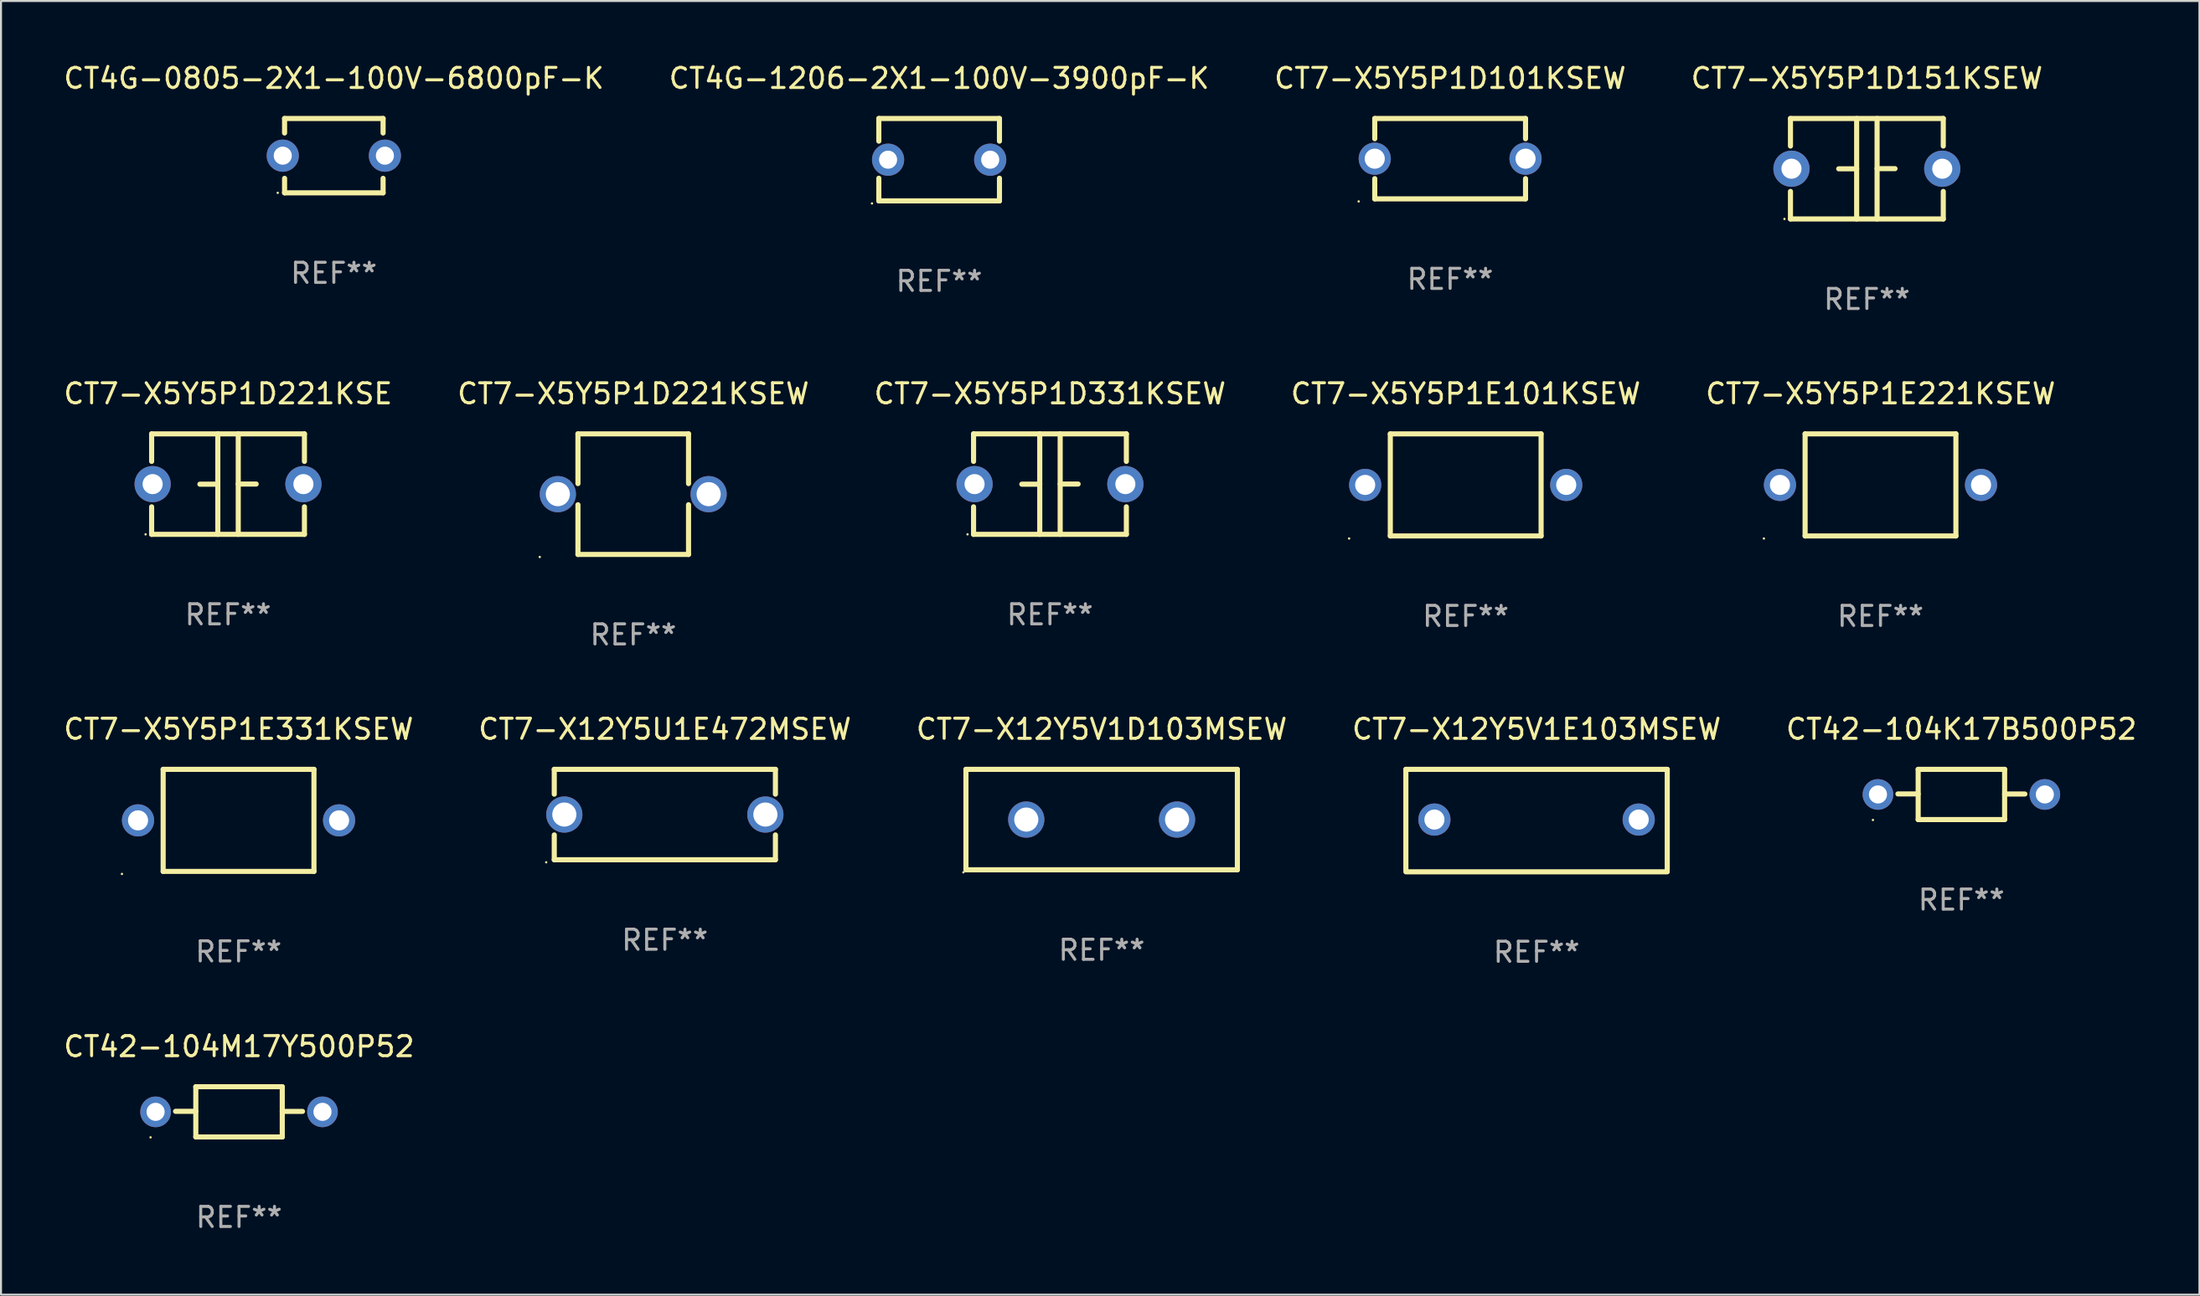
<source format=kicad_pcb>
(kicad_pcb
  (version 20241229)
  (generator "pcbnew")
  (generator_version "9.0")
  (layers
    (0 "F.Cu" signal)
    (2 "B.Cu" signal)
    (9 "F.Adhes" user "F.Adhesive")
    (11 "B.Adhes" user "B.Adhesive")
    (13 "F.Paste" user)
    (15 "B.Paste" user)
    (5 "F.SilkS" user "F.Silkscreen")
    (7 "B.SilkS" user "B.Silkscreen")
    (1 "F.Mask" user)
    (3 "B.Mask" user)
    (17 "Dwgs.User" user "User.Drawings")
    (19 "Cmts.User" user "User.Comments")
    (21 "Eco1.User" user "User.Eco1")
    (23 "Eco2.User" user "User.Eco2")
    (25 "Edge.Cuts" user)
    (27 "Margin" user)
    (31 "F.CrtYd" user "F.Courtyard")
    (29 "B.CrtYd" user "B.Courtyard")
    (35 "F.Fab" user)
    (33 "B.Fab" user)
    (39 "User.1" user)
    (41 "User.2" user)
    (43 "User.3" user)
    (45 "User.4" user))
  (footprint "CT4G-1206-2X1-100V-3900pF-K"
    (layer "F.Cu")
    (at 43.661 4.898)
    (property "Reference" "CT4G-1206-2X1-100V-3900pF-K" (at 0 -4.05 0) (layer "F.SilkS") (effects (font (size 1 1) (thickness 0.15))))
    (attr through_hole)
    (fp_line (start -3 -2.05) (end -3 -0.923) (stroke (width 0.254) (type solid)) (layer "F.SilkS"))
    (fp_line (start -3 -2.05) (end 3 -2.05) (stroke (width 0.254) (type solid)) (layer "F.SilkS"))
    (fp_line (start -3 0.923) (end -3 2.05) (stroke (width 0.254) (type solid)) (layer "F.SilkS"))
    (fp_line (start -3 2.05) (end 3 2.05) (stroke (width 0.254) (type solid)) (layer "F.SilkS"))
    (fp_line (start 3 -2.05) (end 3 -0.923) (stroke (width 0.254) (type solid)) (layer "F.SilkS"))
    (fp_line (start 3 0.923) (end 3 2.05) (stroke (width 0.254) (type solid)) (layer "F.SilkS"))
    (fp_circle (center -3.34 2.177) (end -3.31 2.177) (stroke (width 0.06) (type solid)) (fill no) (layer "F.SilkS"))
    (fp_text user "REF**" (at 0 6.05 0) (layer "F.Fab") (effects (font (size 1 1) (thickness 0.15))))
    (pad "1" thru_hole circle (at -2.54 0) (size 1.6 1.6) (drill 0.9) (layers "*.Cu" "*.Mask"))
    (pad "2" thru_hole circle (at 2.54 0) (size 1.6 1.6) (drill 0.9) (layers "*.Cu" "*.Mask")))
  (footprint "CT7-X5Y5P1E101KSEW"
    (layer "F.Cu")
    (at 69.851 21.085)
    (property "Reference" "CT7-X5Y5P1E101KSEW" (at 0 -4.54 0) (layer "F.SilkS") (effects (font (size 1 1) (thickness 0.15))))
    (attr through_hole)
    (fp_line (start -3.75 -2.54) (end 3.75 -2.54) (stroke (width 0.254) (type solid)) (layer "F.SilkS"))
    (fp_line (start -3.75 2.54) (end -3.75 -2.54) (stroke (width 0.254) (type solid)) (layer "F.SilkS"))
    (fp_line (start 3.75 -2.54) (end 3.75 2.54) (stroke (width 0.254) (type solid)) (layer "F.SilkS"))
    (fp_line (start 3.75 2.54) (end -3.75 2.54) (stroke (width 0.254) (type solid)) (layer "F.SilkS"))
    (fp_circle (center -5.8 2.667) (end -5.77 2.667) (stroke (width 0.06) (type solid)) (fill no) (layer "F.SilkS"))
    (fp_text user "REF**" (at 0 6.54 0) (layer "F.Fab") (effects (font (size 1 1) (thickness 0.15))))
    (pad "1" thru_hole circle (at -5 0) (size 1.6 1.6) (drill 1) (layers "*.Cu" "*.Mask"))
    (pad "2" thru_hole circle (at 5 0) (size 1.6 1.6) (drill 1) (layers "*.Cu" "*.Mask")))
  (footprint "CT4G-0805-2X1-100V-6800pF-K"
    (layer "F.Cu")
    (at 13.554 4.698)
    (property "Reference" "CT4G-0805-2X1-100V-6800pF-K" (at 0 -3.85 0) (layer "F.SilkS") (effects (font (size 1 1) (thickness 0.15))))
    (attr through_hole)
    (fp_line (start -2.45 -1.85) (end 2.45 -1.85) (stroke (width 0.254) (type solid)) (layer "F.SilkS"))
    (fp_line (start -2.45 -1.128) (end -2.45 -1.85) (stroke (width 0.254) (type solid)) (layer "F.SilkS"))
    (fp_line (start -2.45 1.85) (end -2.45 1.128) (stroke (width 0.254) (type solid)) (layer "F.SilkS"))
    (fp_line (start 2.45 -1.85) (end 2.45 -1.128) (stroke (width 0.254) (type solid)) (layer "F.SilkS"))
    (fp_line (start 2.45 1.128) (end 2.45 1.85) (stroke (width 0.254) (type solid)) (layer "F.SilkS"))
    (fp_line (start 2.45 1.85) (end -2.45 1.85) (stroke (width 0.254) (type solid)) (layer "F.SilkS"))
    (fp_circle (center -2.79 1.85) (end -2.76 1.85) (stroke (width 0.06) (type solid)) (fill no) (layer "F.SilkS"))
    (fp_text user "REF**" (at 0 5.85 0) (layer "F.Fab") (effects (font (size 1 1) (thickness 0.15))))
    (pad "1" thru_hole circle (at -2.54 0) (size 1.6 1.6) (drill 0.9) (layers "*.Cu" "*.Mask"))
    (pad "2" thru_hole circle (at 2.54 0) (size 1.6 1.6) (drill 0.9) (layers "*.Cu" "*.Mask")))
  (footprint "CT7-X5Y5P1D331KSEW"
    (layer "F.Cu")
    (at 49.173 21.045)
    (property "Reference" "CT7-X5Y5P1D331KSEW" (at 0 -4.5 0) (layer "F.SilkS") (effects (font (size 1 1) (thickness 0.15))))
    (attr through_hole)
    (fp_line (start -3.8 -2.5) (end -3.8 -1.13) (stroke (width 0.254) (type solid)) (layer "F.SilkS"))
    (fp_line (start -3.8 -2.5) (end 3.8 -2.5) (stroke (width 0.254) (type solid)) (layer "F.SilkS"))
    (fp_line (start -3.8 1.13) (end -3.8 2.5) (stroke (width 0.254) (type solid)) (layer "F.SilkS"))
    (fp_line (start -3.8 2.5) (end 3.8 2.5) (stroke (width 0.254) (type solid)) (layer "F.SilkS"))
    (fp_line (start -0.508 0.004) (end -1.4 0.004) (stroke (width 0.254) (type solid)) (layer "F.SilkS"))
    (fp_line (start -0.508 2.5) (end -0.508 -2.5) (stroke (width 0.254) (type solid)) (layer "F.SilkS"))
    (fp_line (start 0.508 -2.5) (end 0.508 2.5) (stroke (width 0.254) (type solid)) (layer "F.SilkS"))
    (fp_line (start 0.508 -0.004) (end 1.4 -0.004) (stroke (width 0.254) (type solid)) (layer "F.SilkS"))
    (fp_line (start 3.8 -2.5) (end 3.8 -1.13) (stroke (width 0.254) (type solid)) (layer "F.SilkS"))
    (fp_line (start 3.8 1.13) (end 3.8 2.5) (stroke (width 0.254) (type solid)) (layer "F.SilkS"))
    (fp_circle (center -4.1 2.5) (end -4.07 2.5) (stroke (width 0.06) (type solid)) (fill no) (layer "F.SilkS"))
    (fp_text user "REF**" (at 0 6.5 0) (layer "F.Fab") (effects (font (size 1 1) (thickness 0.15))))
    (pad "1" thru_hole circle (at -3.75 0) (size 1.8 1.8) (drill 1) (layers "*.Cu" "*.Mask"))
    (pad "2" thru_hole circle (at 3.75 0) (size 1.8 1.8) (drill 1) (layers "*.Cu" "*.Mask")))
  (footprint "CT42-104K17B500P52"
    (layer "F.Cu")
    (at 94.506 36.491)
    (property "Reference" "CT42-104K17B500P52" (at 0 -3.25 0) (layer "F.SilkS") (effects (font (size 1 1) (thickness 0.15))))
    (attr through_hole)
    (fp_line (start -2.15 -1.25) (end 2.15 -1.25) (stroke (width 0.254) (type solid)) (layer "F.SilkS"))
    (fp_line (start -2.15 -0.026) (end -3.157 -0.026) (stroke (width 0.254) (type solid)) (layer "F.SilkS"))
    (fp_line (start -2.15 1.25) (end -2.15 -1.25) (stroke (width 0.254) (type solid)) (layer "F.SilkS"))
    (fp_line (start 2.15 -1.25) (end 2.15 1.25) (stroke (width 0.254) (type solid)) (layer "F.SilkS"))
    (fp_line (start 2.15 -0.022) (end 3.157 -0.022) (stroke (width 0.254) (type solid)) (layer "F.SilkS"))
    (fp_line (start 2.15 1.25) (end -2.15 1.25) (stroke (width 0.254) (type solid)) (layer "F.SilkS"))
    (fp_circle (center -4.4 1.27) (end -4.37 1.27) (stroke (width 0.06) (type solid)) (fill no) (layer "F.SilkS"))
    (fp_text user "REF**" (at 0 5.25 0) (layer "F.Fab") (effects (font (size 1 1) (thickness 0.15))))
    (pad "1" thru_hole circle (at -4.15 0) (size 1.524 1.524) (drill 0.9) (layers "*.Cu" "*.Mask"))
    (pad "2" thru_hole circle (at 4.15 0) (size 1.524 1.524) (drill 0.9) (layers "*.Cu" "*.Mask")))
  (footprint "CT7-X12Y5U1E472MSEW"
    (layer "F.Cu")
    (at 30.018 37.491)
    (property "Reference" "CT7-X12Y5U1E472MSEW" (at 0 -4.25 0) (layer "F.SilkS") (effects (font (size 1 1) (thickness 0.15))))
    (attr through_hole)
    (fp_line (start -5.5 -2.25) (end -5.5 -1.014) (stroke (width 0.254) (type solid)) (layer "F.SilkS"))
    (fp_line (start -5.5 -2.25) (end 5.5 -2.25) (stroke (width 0.254) (type solid)) (layer "F.SilkS"))
    (fp_line (start -5.5 1.014) (end -5.5 2.25) (stroke (width 0.254) (type solid)) (layer "F.SilkS"))
    (fp_line (start 5.5 -2.25) (end 5.5 -1.014) (stroke (width 0.254) (type solid)) (layer "F.SilkS"))
    (fp_line (start 5.5 1.014) (end 5.5 2.25) (stroke (width 0.254) (type solid)) (layer "F.SilkS"))
    (fp_line (start 5.5 2.25) (end -5.5 2.25) (stroke (width 0.254) (type solid)) (layer "F.SilkS"))
    (fp_circle (center -5.9 2.377) (end -5.87 2.377) (stroke (width 0.06) (type solid)) (fill no) (layer "F.SilkS"))
    (fp_text user "REF**" (at 0 6.25 0) (layer "F.Fab") (effects (font (size 1 1) (thickness 0.15))))
    (pad "1" thru_hole circle (at -5 0) (size 1.8 1.8) (drill 1.2) (layers "*.Cu" "*.Mask"))
    (pad "2" thru_hole circle (at 5 0) (size 1.8 1.8) (drill 1.2) (layers "*.Cu" "*.Mask")))
  (footprint "CT42-104M17Y500P52"
    (layer "F.Cu")
    (at 8.839 52.288)
    (property "Reference" "CT42-104M17Y500P52" (at 0 -3.25 0) (layer "F.SilkS") (effects (font (size 1 1) (thickness 0.15))))
    (attr through_hole)
    (fp_line (start -2.15 -1.25) (end 2.15 -1.25) (stroke (width 0.254) (type solid)) (layer "F.SilkS"))
    (fp_line (start -2.15 -0.026) (end -3.157 -0.026) (stroke (width 0.254) (type solid)) (layer "F.SilkS"))
    (fp_line (start -2.15 1.25) (end -2.15 -1.25) (stroke (width 0.254) (type solid)) (layer "F.SilkS"))
    (fp_line (start 2.15 -1.25) (end 2.15 1.25) (stroke (width 0.254) (type solid)) (layer "F.SilkS"))
    (fp_line (start 2.15 -0.022) (end 3.157 -0.022) (stroke (width 0.254) (type solid)) (layer "F.SilkS"))
    (fp_line (start 2.15 1.25) (end -2.15 1.25) (stroke (width 0.254) (type solid)) (layer "F.SilkS"))
    (fp_circle (center -4.4 1.27) (end -4.37 1.27) (stroke (width 0.06) (type solid)) (fill no) (layer "F.SilkS"))
    (fp_text user "REF**" (at 0 5.25 0) (layer "F.Fab") (effects (font (size 1 1) (thickness 0.15))))
    (pad "1" thru_hole circle (at -4.15 0) (size 1.524 1.524) (drill 0.9) (layers "*.Cu" "*.Mask"))
    (pad "2" thru_hole circle (at 4.15 0) (size 1.524 1.524) (drill 0.9) (layers "*.Cu" "*.Mask")))
  (footprint "CT7-X12Y5V1E103MSEW"
    (layer "F.Cu")
    (at 73.375 37.791)
    (property "Reference" "CT7-X12Y5V1E103MSEW" (at 0 -4.55 0) (layer "F.SilkS") (effects (font (size 1 1) (thickness 0.15))))
    (attr through_hole)
    (fp_line (start -6.5 -2.55) (end 6.5 -2.55) (stroke (width 0.254) (type solid)) (layer "F.SilkS"))
    (fp_line (start -6.5 2.45) (end -6.5 -2.55) (stroke (width 0.254) (type solid)) (layer "F.SilkS"))
    (fp_line (start 6.5 -2.55) (end 6.5 2.45) (stroke (width 0.254) (type solid)) (layer "F.SilkS"))
    (fp_line (start 6.5 2.55) (end -6.5 2.55) (stroke (width 0.254) (type solid)) (layer "F.SilkS"))
    (fp_circle (center -6.5 2.45) (end -6.47 2.45) (stroke (width 0.06) (type solid)) (fill no) (layer "F.SilkS"))
    (fp_text user "REF**" (at 0 6.55 0) (layer "F.Fab") (effects (font (size 1 1) (thickness 0.15))))
    (pad "1" thru_hole circle (at -5.08 -0.05) (size 1.6 1.6) (drill 1) (layers "*.Cu" "*.Mask"))
    (pad "2" thru_hole circle (at 5.08 -0.05) (size 1.6 1.6) (drill 1) (layers "*.Cu" "*.Mask")))
  (footprint "CT7-X5Y5P1D101KSEW"
    (layer "F.Cu")
    (at 69.077 4.848)
    (property "Reference" "CT7-X5Y5P1D101KSEW" (at 0 -4 0) (layer "F.SilkS") (effects (font (size 1 1) (thickness 0.15))))
    (attr through_hole)
    (fp_line (start -3.75 -2) (end 3.75 -2) (stroke (width 0.254) (type solid)) (layer "F.SilkS"))
    (fp_line (start -3.75 -0.993) (end -3.75 -2) (stroke (width 0.254) (type solid)) (layer "F.SilkS"))
    (fp_line (start -3.75 2) (end -3.75 0.993) (stroke (width 0.254) (type solid)) (layer "F.SilkS"))
    (fp_line (start 3.75 -2) (end 3.75 -0.993) (stroke (width 0.254) (type solid)) (layer "F.SilkS"))
    (fp_line (start 3.75 0.993) (end 3.75 2) (stroke (width 0.254) (type solid)) (layer "F.SilkS"))
    (fp_line (start 3.75 2) (end -3.75 2) (stroke (width 0.254) (type solid)) (layer "F.SilkS"))
    (fp_circle (center -4.55 2.127) (end -4.52 2.127) (stroke (width 0.06) (type solid)) (fill no) (layer "F.SilkS"))
    (fp_text user "REF**" (at 0 6 0) (layer "F.Fab") (effects (font (size 1 1) (thickness 0.15))))
    (pad "1" thru_hole circle (at -3.75 0) (size 1.6 1.6) (drill 1) (layers "*.Cu" "*.Mask"))
    (pad "2" thru_hole circle (at 3.75 0) (size 1.6 1.6) (drill 1) (layers "*.Cu" "*.Mask")))
  (footprint "CT7-X5Y5P1D221KSE"
    (layer "F.Cu")
    (at 8.292 21.045)
    (property "Reference" "CT7-X5Y5P1D221KSE" (at 0 -4.5 0) (layer "F.SilkS") (effects (font (size 1 1) (thickness 0.15))))
    (attr through_hole)
    (fp_line (start -3.8 -2.5) (end -3.8 -1.13) (stroke (width 0.254) (type solid)) (layer "F.SilkS"))
    (fp_line (start -3.8 -2.5) (end 3.8 -2.5) (stroke (width 0.254) (type solid)) (layer "F.SilkS"))
    (fp_line (start -3.8 1.13) (end -3.8 2.5) (stroke (width 0.254) (type solid)) (layer "F.SilkS"))
    (fp_line (start -3.8 2.5) (end 3.8 2.5) (stroke (width 0.254) (type solid)) (layer "F.SilkS"))
    (fp_line (start -0.508 0.004) (end -1.4 0.004) (stroke (width 0.254) (type solid)) (layer "F.SilkS"))
    (fp_line (start -0.508 2.5) (end -0.508 -2.5) (stroke (width 0.254) (type solid)) (layer "F.SilkS"))
    (fp_line (start 0.508 -2.5) (end 0.508 2.5) (stroke (width 0.254) (type solid)) (layer "F.SilkS"))
    (fp_line (start 0.508 -0.004) (end 1.4 -0.004) (stroke (width 0.254) (type solid)) (layer "F.SilkS"))
    (fp_line (start 3.8 -2.5) (end 3.8 -1.13) (stroke (width 0.254) (type solid)) (layer "F.SilkS"))
    (fp_line (start 3.8 1.13) (end 3.8 2.5) (stroke (width 0.254) (type solid)) (layer "F.SilkS"))
    (fp_circle (center -4.1 2.5) (end -4.07 2.5) (stroke (width 0.06) (type solid)) (fill no) (layer "F.SilkS"))
    (fp_text user "REF**" (at 0 6.5 0) (layer "F.Fab") (effects (font (size 1 1) (thickness 0.15))))
    (pad "1" thru_hole circle (at -3.75 0) (size 1.8 1.8) (drill 1) (layers "*.Cu" "*.Mask"))
    (pad "2" thru_hole circle (at 3.75 0) (size 1.8 1.8) (drill 1) (layers "*.Cu" "*.Mask")))
  (footprint "CT7-X5Y5P1D221KSEW"
    (layer "F.Cu")
    (at 28.446 21.545)
    (property "Reference" "CT7-X5Y5P1D221KSEW" (at 0 -5 0) (layer "F.SilkS") (effects (font (size 1 1) (thickness 0.15))))
    (attr through_hole)
    (fp_line (start -2.75 -3) (end -2.75 -0.526) (stroke (width 0.254) (type solid)) (layer "F.SilkS"))
    (fp_line (start -2.75 -3) (end 2.75 -3) (stroke (width 0.254) (type solid)) (layer "F.SilkS"))
    (fp_line (start -2.75 0.526) (end -2.75 3) (stroke (width 0.254) (type solid)) (layer "F.SilkS"))
    (fp_line (start 2.75 -3) (end 2.75 -0.526) (stroke (width 0.254) (type solid)) (layer "F.SilkS"))
    (fp_line (start 2.75 0.526) (end 2.75 3) (stroke (width 0.254) (type solid)) (layer "F.SilkS"))
    (fp_line (start 2.75 3) (end -2.75 3) (stroke (width 0.254) (type solid)) (layer "F.SilkS"))
    (fp_circle (center -4.65 3.127) (end -4.62 3.127) (stroke (width 0.06) (type solid)) (fill no) (layer "F.SilkS"))
    (fp_text user "REF**" (at 0 7 0) (layer "F.Fab") (effects (font (size 1 1) (thickness 0.15))))
    (pad "1" thru_hole circle (at -3.75 0) (size 1.8 1.8) (drill 1.2) (layers "*.Cu" "*.Mask"))
    (pad "2" thru_hole circle (at 3.75 0) (size 1.8 1.8) (drill 1.2) (layers "*.Cu" "*.Mask")))
  (footprint "CT7-X12Y5V1D103MSEW"
    (layer "F.Cu")
    (at 51.744 37.741)
    (property "Reference" "CT7-X12Y5V1D103MSEW" (at 0 -4.5 0) (layer "F.SilkS") (effects (font (size 1 1) (thickness 0.15))))
    (attr through_hole)
    (fp_line (start -6.75 -2.5) (end 6.75 -2.5) (stroke (width 0.254) (type solid)) (layer "F.SilkS"))
    (fp_line (start -6.75 2.5) (end -6.75 -2.5) (stroke (width 0.254) (type solid)) (layer "F.SilkS"))
    (fp_line (start 6.75 -2.5) (end 6.75 2.5) (stroke (width 0.254) (type solid)) (layer "F.SilkS"))
    (fp_line (start 6.75 2.5) (end -6.75 2.5) (stroke (width 0.254) (type solid)) (layer "F.SilkS"))
    (fp_circle (center -6.877 2.627) (end -6.847 2.627) (stroke (width 0.06) (type solid)) (fill no) (layer "F.SilkS"))
    (fp_text user "REF**" (at 0 6.5 0) (layer "F.Fab") (effects (font (size 1 1) (thickness 0.15))))
    (pad "1" thru_hole circle (at -3.75 0) (size 1.8 1.8) (drill 1.2) (layers "*.Cu" "*.Mask"))
    (pad "2" thru_hole circle (at 3.75 0) (size 1.8 1.8) (drill 1.2) (layers "*.Cu" "*.Mask")))
  (footprint "CT7-X5Y5P1E221KSEW"
    (layer "F.Cu")
    (at 90.482 21.085)
    (property "Reference" "CT7-X5Y5P1E221KSEW" (at 0 -4.54 0) (layer "F.SilkS") (effects (font (size 1 1) (thickness 0.15))))
    (attr through_hole)
    (fp_line (start -3.75 -2.54) (end 3.75 -2.54) (stroke (width 0.254) (type solid)) (layer "F.SilkS"))
    (fp_line (start -3.75 2.54) (end -3.75 -2.54) (stroke (width 0.254) (type solid)) (layer "F.SilkS"))
    (fp_line (start 3.75 -2.54) (end 3.75 2.54) (stroke (width 0.254) (type solid)) (layer "F.SilkS"))
    (fp_line (start 3.75 2.54) (end -3.75 2.54) (stroke (width 0.254) (type solid)) (layer "F.SilkS"))
    (fp_circle (center -5.8 2.667) (end -5.77 2.667) (stroke (width 0.06) (type solid)) (fill no) (layer "F.SilkS"))
    (fp_text user "REF**" (at 0 6.54 0) (layer "F.Fab") (effects (font (size 1 1) (thickness 0.15))))
    (pad "1" thru_hole circle (at -5 0) (size 1.6 1.6) (drill 1) (layers "*.Cu" "*.Mask"))
    (pad "2" thru_hole circle (at 5 0) (size 1.6 1.6) (drill 1) (layers "*.Cu" "*.Mask")))
  (footprint "CT7-X5Y5P1E331KSEW"
    (layer "F.Cu")
    (at 8.815 37.781)
    (property "Reference" "CT7-X5Y5P1E331KSEW" (at 0 -4.54 0) (layer "F.SilkS") (effects (font (size 1 1) (thickness 0.15))))
    (attr through_hole)
    (fp_line (start -3.75 -2.54) (end 3.75 -2.54) (stroke (width 0.254) (type solid)) (layer "F.SilkS"))
    (fp_line (start -3.75 2.54) (end -3.75 -2.54) (stroke (width 0.254) (type solid)) (layer "F.SilkS"))
    (fp_line (start 3.75 -2.54) (end 3.75 2.54) (stroke (width 0.254) (type solid)) (layer "F.SilkS"))
    (fp_line (start 3.75 2.54) (end -3.75 2.54) (stroke (width 0.254) (type solid)) (layer "F.SilkS"))
    (fp_circle (center -5.8 2.667) (end -5.77 2.667) (stroke (width 0.06) (type solid)) (fill no) (layer "F.SilkS"))
    (fp_text user "REF**" (at 0 6.54 0) (layer "F.Fab") (effects (font (size 1 1) (thickness 0.15))))
    (pad "1" thru_hole circle (at -5 0) (size 1.6 1.6) (drill 1) (layers "*.Cu" "*.Mask"))
    (pad "2" thru_hole circle (at 5 0) (size 1.6 1.6) (drill 1) (layers "*.Cu" "*.Mask")))
  (footprint "CT7-X5Y5P1D151KSEW"
    (layer "F.Cu")
    (at 89.804 5.348)
    (property "Reference" "CT7-X5Y5P1D151KSEW" (at 0 -4.5 0) (layer "F.SilkS") (effects (font (size 1 1) (thickness 0.15))))
    (attr through_hole)
    (fp_line (start -3.8 -2.5) (end -3.8 -1.13) (stroke (width 0.254) (type solid)) (layer "F.SilkS"))
    (fp_line (start -3.8 -2.5) (end 3.8 -2.5) (stroke (width 0.254) (type solid)) (layer "F.SilkS"))
    (fp_line (start -3.8 1.13) (end -3.8 2.5) (stroke (width 0.254) (type solid)) (layer "F.SilkS"))
    (fp_line (start -3.8 2.5) (end 3.8 2.5) (stroke (width 0.254) (type solid)) (layer "F.SilkS"))
    (fp_line (start -0.508 0.004) (end -1.4 0.004) (stroke (width 0.254) (type solid)) (layer "F.SilkS"))
    (fp_line (start -0.508 2.5) (end -0.508 -2.5) (stroke (width 0.254) (type solid)) (layer "F.SilkS"))
    (fp_line (start 0.508 -2.5) (end 0.508 2.5) (stroke (width 0.254) (type solid)) (layer "F.SilkS"))
    (fp_line (start 0.508 -0.004) (end 1.4 -0.004) (stroke (width 0.254) (type solid)) (layer "F.SilkS"))
    (fp_line (start 3.8 -2.5) (end 3.8 -1.13) (stroke (width 0.254) (type solid)) (layer "F.SilkS"))
    (fp_line (start 3.8 1.13) (end 3.8 2.5) (stroke (width 0.254) (type solid)) (layer "F.SilkS"))
    (fp_circle (center -4.1 2.5) (end -4.07 2.5) (stroke (width 0.06) (type solid)) (fill no) (layer "F.SilkS"))
    (fp_text user "REF**" (at 0 6.5 0) (layer "F.Fab") (effects (font (size 1 1) (thickness 0.15))))
    (pad "1" thru_hole circle (at -3.75 0) (size 1.8 1.8) (drill 1) (layers "*.Cu" "*.Mask"))
    (pad "2" thru_hole circle (at 3.75 0) (size 1.8 1.8) (drill 1) (layers "*.Cu" "*.Mask")))
  (gr_rect
    (start -3 -3)
    (end 106.345 61.386)
    (stroke (width 0.1) (type default))
    (fill no)
    (layer "Edge.Cuts")))
</source>
